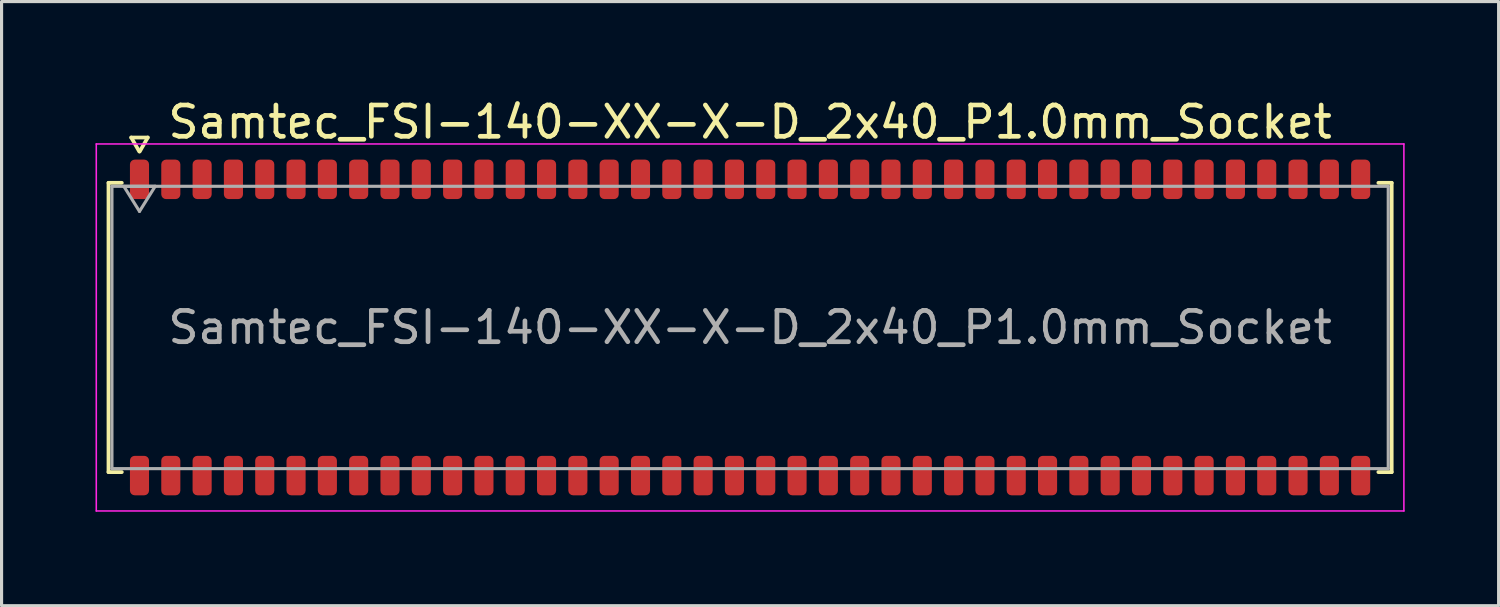
<source format=kicad_pcb>
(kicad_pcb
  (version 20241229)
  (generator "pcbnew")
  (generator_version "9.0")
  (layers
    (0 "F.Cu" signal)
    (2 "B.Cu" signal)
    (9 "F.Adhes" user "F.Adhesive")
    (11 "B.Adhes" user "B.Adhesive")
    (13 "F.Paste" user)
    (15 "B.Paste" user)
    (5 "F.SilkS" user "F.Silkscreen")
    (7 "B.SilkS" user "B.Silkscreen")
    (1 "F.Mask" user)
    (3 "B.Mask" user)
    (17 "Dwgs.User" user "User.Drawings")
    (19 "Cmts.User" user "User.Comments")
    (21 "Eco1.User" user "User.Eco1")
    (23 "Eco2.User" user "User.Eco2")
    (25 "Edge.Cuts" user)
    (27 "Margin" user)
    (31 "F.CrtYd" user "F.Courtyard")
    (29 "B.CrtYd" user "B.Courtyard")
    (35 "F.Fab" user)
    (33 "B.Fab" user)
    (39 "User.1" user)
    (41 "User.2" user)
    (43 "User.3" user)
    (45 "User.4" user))
  (footprint "Samtec_FSI-140-XX-X-D_2x40_P1.0mm_Socket"
    (layer "F.Cu")
    (at 20.905 7.408)
    (property "Reference" "Samtec_FSI-140-XX-X-D_2x40_P1.0mm_Socket" (at 0 -6.56 0) (layer "F.SilkS") (effects (font (size 1 1) (thickness 0.15))))
    (attr smd)
    (fp_line (start -20.49 -4.619) (end -20.065 -4.619) (stroke (width 0.12) (type solid)) (layer "F.SilkS"))
    (fp_line (start -20.49 4.619) (end -20.49 -4.619) (stroke (width 0.12) (type solid)) (layer "F.SilkS"))
    (fp_line (start -20.065 4.619) (end -20.49 4.619) (stroke (width 0.12) (type solid)) (layer "F.SilkS"))
    (fp_line (start -19.764 -6.066) (end -19.507 -5.62) (stroke (width 0.12) (type solid)) (layer "F.SilkS"))
    (fp_line (start -19.493 -5.62) (end -19.236 -6.066) (stroke (width 0.12) (type solid)) (layer "F.SilkS"))
    (fp_line (start -19.236 -6.066) (end -19.764 -6.066) (stroke (width 0.12) (type solid)) (layer "F.SilkS"))
    (fp_line (start 20.065 -4.619) (end 20.49 -4.619) (stroke (width 0.12) (type solid)) (layer "F.SilkS"))
    (fp_line (start 20.49 -4.619) (end 20.49 4.619) (stroke (width 0.12) (type solid)) (layer "F.SilkS"))
    (fp_line (start 20.49 4.619) (end 20.065 4.619) (stroke (width 0.12) (type solid)) (layer "F.SilkS"))
    (fp_line (start -20.88 -5.86) (end -20.88 5.86) (stroke (width 0.05) (type solid)) (layer "F.CrtYd"))
    (fp_line (start -20.88 5.86) (end 20.88 5.86) (stroke (width 0.05) (type solid)) (layer "F.CrtYd"))
    (fp_line (start 20.88 -5.86) (end -20.88 -5.86) (stroke (width 0.05) (type solid)) (layer "F.CrtYd"))
    (fp_line (start 20.88 5.86) (end 20.88 -5.86) (stroke (width 0.05) (type solid)) (layer "F.CrtYd"))
    (fp_line (start -20.38 -4.508) (end 20.38 -4.508) (stroke (width 0.1) (type solid)) (layer "F.Fab"))
    (fp_line (start -20.38 4.508) (end -20.38 -4.508) (stroke (width 0.1) (type solid)) (layer "F.Fab"))
    (fp_line (start -20 -4.508) (end -19.5 -3.708) (stroke (width 0.1) (type solid)) (layer "F.Fab"))
    (fp_line (start -19.5 -3.708) (end -19 -4.508) (stroke (width 0.1) (type solid)) (layer "F.Fab"))
    (fp_line (start -19 -4.508) (end -20 -4.508) (stroke (width 0.1) (type solid)) (layer "F.Fab"))
    (fp_line (start 20.38 -4.508) (end 20.38 4.508) (stroke (width 0.1) (type solid)) (layer "F.Fab"))
    (fp_line (start 20.38 4.508) (end -20.38 4.508) (stroke (width 0.1) (type solid)) (layer "F.Fab"))
    (fp_text user "${REFERENCE}" (at 0 0 0) (layer "F.Fab") (effects (font (size 1 1) (thickness 0.15))))
    (pad "1" smd roundrect (at -19.5 -4.73) (size 0.61 1.26) (layers "F.Cu" "F.Mask" "F.Paste") (roundrect_rratio 0.25))
    (pad "2" smd roundrect (at -19.5 4.73) (size 0.61 1.26) (layers "F.Cu" "F.Mask" "F.Paste") (roundrect_rratio 0.25))
    (pad "3" smd roundrect (at -18.5 -4.73) (size 0.61 1.26) (layers "F.Cu" "F.Mask" "F.Paste") (roundrect_rratio 0.25))
    (pad "4" smd roundrect (at -18.5 4.73) (size 0.61 1.26) (layers "F.Cu" "F.Mask" "F.Paste") (roundrect_rratio 0.25))
    (pad "5" smd roundrect (at -17.5 -4.73) (size 0.61 1.26) (layers "F.Cu" "F.Mask" "F.Paste") (roundrect_rratio 0.25))
    (pad "6" smd roundrect (at -17.5 4.73) (size 0.61 1.26) (layers "F.Cu" "F.Mask" "F.Paste") (roundrect_rratio 0.25))
    (pad "7" smd roundrect (at -16.5 -4.73) (size 0.61 1.26) (layers "F.Cu" "F.Mask" "F.Paste") (roundrect_rratio 0.25))
    (pad "8" smd roundrect (at -16.5 4.73) (size 0.61 1.26) (layers "F.Cu" "F.Mask" "F.Paste") (roundrect_rratio 0.25))
    (pad "9" smd roundrect (at -15.5 -4.73) (size 0.61 1.26) (layers "F.Cu" "F.Mask" "F.Paste") (roundrect_rratio 0.25))
    (pad "10" smd roundrect (at -15.5 4.73) (size 0.61 1.26) (layers "F.Cu" "F.Mask" "F.Paste") (roundrect_rratio 0.25))
    (pad "11" smd roundrect (at -14.5 -4.73) (size 0.61 1.26) (layers "F.Cu" "F.Mask" "F.Paste") (roundrect_rratio 0.25))
    (pad "12" smd roundrect (at -14.5 4.73) (size 0.61 1.26) (layers "F.Cu" "F.Mask" "F.Paste") (roundrect_rratio 0.25))
    (pad "13" smd roundrect (at -13.5 -4.73) (size 0.61 1.26) (layers "F.Cu" "F.Mask" "F.Paste") (roundrect_rratio 0.25))
    (pad "14" smd roundrect (at -13.5 4.73) (size 0.61 1.26) (layers "F.Cu" "F.Mask" "F.Paste") (roundrect_rratio 0.25))
    (pad "15" smd roundrect (at -12.5 -4.73) (size 0.61 1.26) (layers "F.Cu" "F.Mask" "F.Paste") (roundrect_rratio 0.25))
    (pad "16" smd roundrect (at -12.5 4.73) (size 0.61 1.26) (layers "F.Cu" "F.Mask" "F.Paste") (roundrect_rratio 0.25))
    (pad "17" smd roundrect (at -11.5 -4.73) (size 0.61 1.26) (layers "F.Cu" "F.Mask" "F.Paste") (roundrect_rratio 0.25))
    (pad "18" smd roundrect (at -11.5 4.73) (size 0.61 1.26) (layers "F.Cu" "F.Mask" "F.Paste") (roundrect_rratio 0.25))
    (pad "19" smd roundrect (at -10.5 -4.73) (size 0.61 1.26) (layers "F.Cu" "F.Mask" "F.Paste") (roundrect_rratio 0.25))
    (pad "20" smd roundrect (at -10.5 4.73) (size 0.61 1.26) (layers "F.Cu" "F.Mask" "F.Paste") (roundrect_rratio 0.25))
    (pad "21" smd roundrect (at -9.5 -4.73) (size 0.61 1.26) (layers "F.Cu" "F.Mask" "F.Paste") (roundrect_rratio 0.25))
    (pad "22" smd roundrect (at -9.5 4.73) (size 0.61 1.26) (layers "F.Cu" "F.Mask" "F.Paste") (roundrect_rratio 0.25))
    (pad "23" smd roundrect (at -8.5 -4.73) (size 0.61 1.26) (layers "F.Cu" "F.Mask" "F.Paste") (roundrect_rratio 0.25))
    (pad "24" smd roundrect (at -8.5 4.73) (size 0.61 1.26) (layers "F.Cu" "F.Mask" "F.Paste") (roundrect_rratio 0.25))
    (pad "25" smd roundrect (at -7.5 -4.73) (size 0.61 1.26) (layers "F.Cu" "F.Mask" "F.Paste") (roundrect_rratio 0.25))
    (pad "26" smd roundrect (at -7.5 4.73) (size 0.61 1.26) (layers "F.Cu" "F.Mask" "F.Paste") (roundrect_rratio 0.25))
    (pad "27" smd roundrect (at -6.5 -4.73) (size 0.61 1.26) (layers "F.Cu" "F.Mask" "F.Paste") (roundrect_rratio 0.25))
    (pad "28" smd roundrect (at -6.5 4.73) (size 0.61 1.26) (layers "F.Cu" "F.Mask" "F.Paste") (roundrect_rratio 0.25))
    (pad "29" smd roundrect (at -5.5 -4.73) (size 0.61 1.26) (layers "F.Cu" "F.Mask" "F.Paste") (roundrect_rratio 0.25))
    (pad "30" smd roundrect (at -5.5 4.73) (size 0.61 1.26) (layers "F.Cu" "F.Mask" "F.Paste") (roundrect_rratio 0.25))
    (pad "31" smd roundrect (at -4.5 -4.73) (size 0.61 1.26) (layers "F.Cu" "F.Mask" "F.Paste") (roundrect_rratio 0.25))
    (pad "32" smd roundrect (at -4.5 4.73) (size 0.61 1.26) (layers "F.Cu" "F.Mask" "F.Paste") (roundrect_rratio 0.25))
    (pad "33" smd roundrect (at -3.5 -4.73) (size 0.61 1.26) (layers "F.Cu" "F.Mask" "F.Paste") (roundrect_rratio 0.25))
    (pad "34" smd roundrect (at -3.5 4.73) (size 0.61 1.26) (layers "F.Cu" "F.Mask" "F.Paste") (roundrect_rratio 0.25))
    (pad "35" smd roundrect (at -2.5 -4.73) (size 0.61 1.26) (layers "F.Cu" "F.Mask" "F.Paste") (roundrect_rratio 0.25))
    (pad "36" smd roundrect (at -2.5 4.73) (size 0.61 1.26) (layers "F.Cu" "F.Mask" "F.Paste") (roundrect_rratio 0.25))
    (pad "37" smd roundrect (at -1.5 -4.73) (size 0.61 1.26) (layers "F.Cu" "F.Mask" "F.Paste") (roundrect_rratio 0.25))
    (pad "38" smd roundrect (at -1.5 4.73) (size 0.61 1.26) (layers "F.Cu" "F.Mask" "F.Paste") (roundrect_rratio 0.25))
    (pad "39" smd roundrect (at -0.5 -4.73) (size 0.61 1.26) (layers "F.Cu" "F.Mask" "F.Paste") (roundrect_rratio 0.25))
    (pad "40" smd roundrect (at -0.5 4.73) (size 0.61 1.26) (layers "F.Cu" "F.Mask" "F.Paste") (roundrect_rratio 0.25))
    (pad "41" smd roundrect (at 0.5 -4.73) (size 0.61 1.26) (layers "F.Cu" "F.Mask" "F.Paste") (roundrect_rratio 0.25))
    (pad "42" smd roundrect (at 0.5 4.73) (size 0.61 1.26) (layers "F.Cu" "F.Mask" "F.Paste") (roundrect_rratio 0.25))
    (pad "43" smd roundrect (at 1.5 -4.73) (size 0.61 1.26) (layers "F.Cu" "F.Mask" "F.Paste") (roundrect_rratio 0.25))
    (pad "44" smd roundrect (at 1.5 4.73) (size 0.61 1.26) (layers "F.Cu" "F.Mask" "F.Paste") (roundrect_rratio 0.25))
    (pad "45" smd roundrect (at 2.5 -4.73) (size 0.61 1.26) (layers "F.Cu" "F.Mask" "F.Paste") (roundrect_rratio 0.25))
    (pad "46" smd roundrect (at 2.5 4.73) (size 0.61 1.26) (layers "F.Cu" "F.Mask" "F.Paste") (roundrect_rratio 0.25))
    (pad "47" smd roundrect (at 3.5 -4.73) (size 0.61 1.26) (layers "F.Cu" "F.Mask" "F.Paste") (roundrect_rratio 0.25))
    (pad "48" smd roundrect (at 3.5 4.73) (size 0.61 1.26) (layers "F.Cu" "F.Mask" "F.Paste") (roundrect_rratio 0.25))
    (pad "49" smd roundrect (at 4.5 -4.73) (size 0.61 1.26) (layers "F.Cu" "F.Mask" "F.Paste") (roundrect_rratio 0.25))
    (pad "50" smd roundrect (at 4.5 4.73) (size 0.61 1.26) (layers "F.Cu" "F.Mask" "F.Paste") (roundrect_rratio 0.25))
    (pad "51" smd roundrect (at 5.5 -4.73) (size 0.61 1.26) (layers "F.Cu" "F.Mask" "F.Paste") (roundrect_rratio 0.25))
    (pad "52" smd roundrect (at 5.5 4.73) (size 0.61 1.26) (layers "F.Cu" "F.Mask" "F.Paste") (roundrect_rratio 0.25))
    (pad "53" smd roundrect (at 6.5 -4.73) (size 0.61 1.26) (layers "F.Cu" "F.Mask" "F.Paste") (roundrect_rratio 0.25))
    (pad "54" smd roundrect (at 6.5 4.73) (size 0.61 1.26) (layers "F.Cu" "F.Mask" "F.Paste") (roundrect_rratio 0.25))
    (pad "55" smd roundrect (at 7.5 -4.73) (size 0.61 1.26) (layers "F.Cu" "F.Mask" "F.Paste") (roundrect_rratio 0.25))
    (pad "56" smd roundrect (at 7.5 4.73) (size 0.61 1.26) (layers "F.Cu" "F.Mask" "F.Paste") (roundrect_rratio 0.25))
    (pad "57" smd roundrect (at 8.5 -4.73) (size 0.61 1.26) (layers "F.Cu" "F.Mask" "F.Paste") (roundrect_rratio 0.25))
    (pad "58" smd roundrect (at 8.5 4.73) (size 0.61 1.26) (layers "F.Cu" "F.Mask" "F.Paste") (roundrect_rratio 0.25))
    (pad "59" smd roundrect (at 9.5 -4.73) (size 0.61 1.26) (layers "F.Cu" "F.Mask" "F.Paste") (roundrect_rratio 0.25))
    (pad "60" smd roundrect (at 9.5 4.73) (size 0.61 1.26) (layers "F.Cu" "F.Mask" "F.Paste") (roundrect_rratio 0.25))
    (pad "61" smd roundrect (at 10.5 -4.73) (size 0.61 1.26) (layers "F.Cu" "F.Mask" "F.Paste") (roundrect_rratio 0.25))
    (pad "62" smd roundrect (at 10.5 4.73) (size 0.61 1.26) (layers "F.Cu" "F.Mask" "F.Paste") (roundrect_rratio 0.25))
    (pad "63" smd roundrect (at 11.5 -4.73) (size 0.61 1.26) (layers "F.Cu" "F.Mask" "F.Paste") (roundrect_rratio 0.25))
    (pad "64" smd roundrect (at 11.5 4.73) (size 0.61 1.26) (layers "F.Cu" "F.Mask" "F.Paste") (roundrect_rratio 0.25))
    (pad "65" smd roundrect (at 12.5 -4.73) (size 0.61 1.26) (layers "F.Cu" "F.Mask" "F.Paste") (roundrect_rratio 0.25))
    (pad "66" smd roundrect (at 12.5 4.73) (size 0.61 1.26) (layers "F.Cu" "F.Mask" "F.Paste") (roundrect_rratio 0.25))
    (pad "67" smd roundrect (at 13.5 -4.73) (size 0.61 1.26) (layers "F.Cu" "F.Mask" "F.Paste") (roundrect_rratio 0.25))
    (pad "68" smd roundrect (at 13.5 4.73) (size 0.61 1.26) (layers "F.Cu" "F.Mask" "F.Paste") (roundrect_rratio 0.25))
    (pad "69" smd roundrect (at 14.5 -4.73) (size 0.61 1.26) (layers "F.Cu" "F.Mask" "F.Paste") (roundrect_rratio 0.25))
    (pad "70" smd roundrect (at 14.5 4.73) (size 0.61 1.26) (layers "F.Cu" "F.Mask" "F.Paste") (roundrect_rratio 0.25))
    (pad "71" smd roundrect (at 15.5 -4.73) (size 0.61 1.26) (layers "F.Cu" "F.Mask" "F.Paste") (roundrect_rratio 0.25))
    (pad "72" smd roundrect (at 15.5 4.73) (size 0.61 1.26) (layers "F.Cu" "F.Mask" "F.Paste") (roundrect_rratio 0.25))
    (pad "73" smd roundrect (at 16.5 -4.73) (size 0.61 1.26) (layers "F.Cu" "F.Mask" "F.Paste") (roundrect_rratio 0.25))
    (pad "74" smd roundrect (at 16.5 4.73) (size 0.61 1.26) (layers "F.Cu" "F.Mask" "F.Paste") (roundrect_rratio 0.25))
    (pad "75" smd roundrect (at 17.5 -4.73) (size 0.61 1.26) (layers "F.Cu" "F.Mask" "F.Paste") (roundrect_rratio 0.25))
    (pad "76" smd roundrect (at 17.5 4.73) (size 0.61 1.26) (layers "F.Cu" "F.Mask" "F.Paste") (roundrect_rratio 0.25))
    (pad "77" smd roundrect (at 18.5 -4.73) (size 0.61 1.26) (layers "F.Cu" "F.Mask" "F.Paste") (roundrect_rratio 0.25))
    (pad "78" smd roundrect (at 18.5 4.73) (size 0.61 1.26) (layers "F.Cu" "F.Mask" "F.Paste") (roundrect_rratio 0.25))
    (pad "79" smd roundrect (at 19.5 -4.73) (size 0.61 1.26) (layers "F.Cu" "F.Mask" "F.Paste") (roundrect_rratio 0.25))
    (pad "80" smd roundrect (at 19.5 4.73) (size 0.61 1.26) (layers "F.Cu" "F.Mask" "F.Paste") (roundrect_rratio 0.25)))
  (gr_rect
    (start -3 -3)
    (end 44.81 16.293)
    (stroke (width 0.1) (type default))
    (fill no)
    (layer "Edge.Cuts")))
</source>
